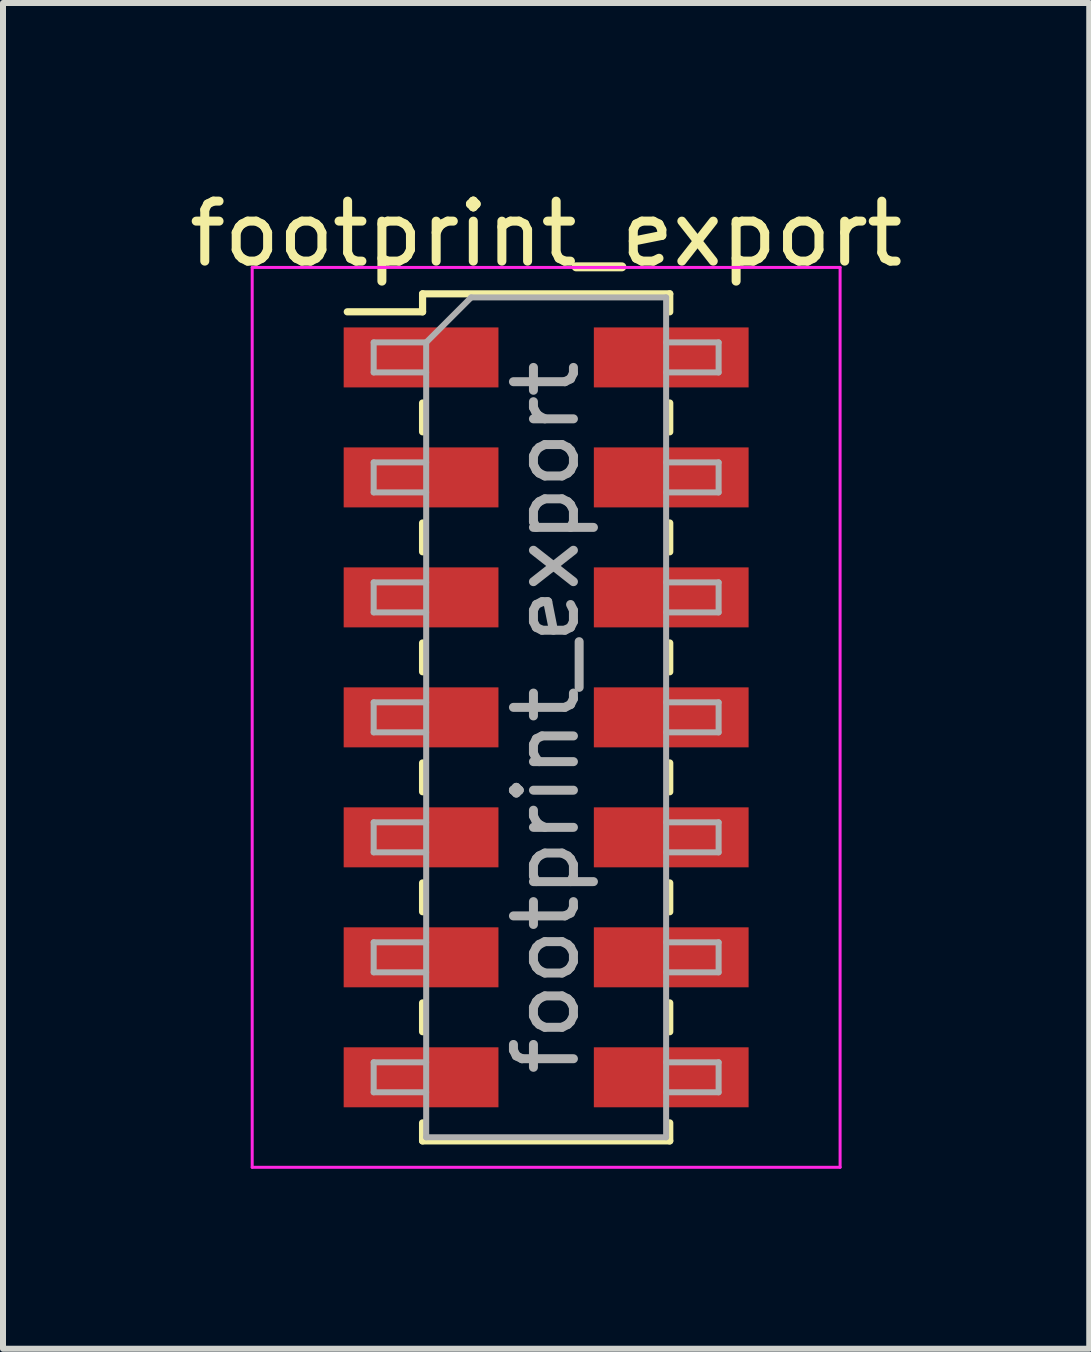
<source format=kicad_pcb>
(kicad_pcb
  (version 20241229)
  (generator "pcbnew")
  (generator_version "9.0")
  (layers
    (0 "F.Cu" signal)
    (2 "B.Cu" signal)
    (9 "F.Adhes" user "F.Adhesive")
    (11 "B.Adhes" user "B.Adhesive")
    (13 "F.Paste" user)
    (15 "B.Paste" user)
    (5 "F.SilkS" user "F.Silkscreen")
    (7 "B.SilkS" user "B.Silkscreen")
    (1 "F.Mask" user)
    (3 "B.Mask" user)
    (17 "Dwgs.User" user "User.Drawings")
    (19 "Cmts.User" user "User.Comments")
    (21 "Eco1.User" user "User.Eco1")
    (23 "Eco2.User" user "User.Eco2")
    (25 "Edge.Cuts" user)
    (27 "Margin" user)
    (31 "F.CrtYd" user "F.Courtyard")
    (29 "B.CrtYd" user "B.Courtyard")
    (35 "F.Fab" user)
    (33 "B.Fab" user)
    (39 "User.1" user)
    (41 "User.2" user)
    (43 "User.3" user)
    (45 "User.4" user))
  (footprint "footprint_export"
    (layer "F.Cu")
    (at 6.054 8.908)
    (property "Reference" "footprint_export" (at 0 -8.06 0) (layer "F.SilkS") (effects (font (size 1 1) (thickness 0.15))))
    (attr smd)
    (fp_line (start -3.315 -6.76) (end -2.06 -6.76) (stroke (width 0.12) (type solid)) (layer "F.SilkS"))
    (fp_line (start -2.06 -7.06) (end -2.06 -6.76) (stroke (width 0.12) (type solid)) (layer "F.SilkS"))
    (fp_line (start -2.06 -7.06) (end 2.06 -7.06) (stroke (width 0.12) (type solid)) (layer "F.SilkS"))
    (fp_line (start -2.06 -5.24) (end -2.06 -4.76) (stroke (width 0.12) (type solid)) (layer "F.SilkS"))
    (fp_line (start -2.06 -3.24) (end -2.06 -2.76) (stroke (width 0.12) (type solid)) (layer "F.SilkS"))
    (fp_line (start -2.06 -1.24) (end -2.06 -0.76) (stroke (width 0.12) (type solid)) (layer "F.SilkS"))
    (fp_line (start -2.06 0.76) (end -2.06 1.24) (stroke (width 0.12) (type solid)) (layer "F.SilkS"))
    (fp_line (start -2.06 2.76) (end -2.06 3.24) (stroke (width 0.12) (type solid)) (layer "F.SilkS"))
    (fp_line (start -2.06 4.76) (end -2.06 5.24) (stroke (width 0.12) (type solid)) (layer "F.SilkS"))
    (fp_line (start -2.06 6.76) (end -2.06 7.06) (stroke (width 0.12) (type solid)) (layer "F.SilkS"))
    (fp_line (start -2.06 7.06) (end 2.06 7.06) (stroke (width 0.12) (type solid)) (layer "F.SilkS"))
    (fp_line (start 2.06 -7.06) (end 2.06 -6.76) (stroke (width 0.12) (type solid)) (layer "F.SilkS"))
    (fp_line (start 2.06 -5.24) (end 2.06 -4.76) (stroke (width 0.12) (type solid)) (layer "F.SilkS"))
    (fp_line (start 2.06 -3.24) (end 2.06 -2.76) (stroke (width 0.12) (type solid)) (layer "F.SilkS"))
    (fp_line (start 2.06 -1.24) (end 2.06 -0.76) (stroke (width 0.12) (type solid)) (layer "F.SilkS"))
    (fp_line (start 2.06 0.76) (end 2.06 1.24) (stroke (width 0.12) (type solid)) (layer "F.SilkS"))
    (fp_line (start 2.06 2.76) (end 2.06 3.24) (stroke (width 0.12) (type solid)) (layer "F.SilkS"))
    (fp_line (start 2.06 4.76) (end 2.06 5.24) (stroke (width 0.12) (type solid)) (layer "F.SilkS"))
    (fp_line (start 2.06 6.76) (end 2.06 7.06) (stroke (width 0.12) (type solid)) (layer "F.SilkS"))
    (fp_line (start -4.9 -7.5) (end -4.9 7.5) (stroke (width 0.05) (type solid)) (layer "F.CrtYd"))
    (fp_line (start -4.9 7.5) (end 4.9 7.5) (stroke (width 0.05) (type solid)) (layer "F.CrtYd"))
    (fp_line (start 4.9 -7.5) (end -4.9 -7.5) (stroke (width 0.05) (type solid)) (layer "F.CrtYd"))
    (fp_line (start 4.9 7.5) (end 4.9 -7.5) (stroke (width 0.05) (type solid)) (layer "F.CrtYd"))
    (fp_line (start -2.875 -6.25) (end -2.875 -5.75) (stroke (width 0.1) (type solid)) (layer "F.Fab"))
    (fp_line (start -2.875 -5.75) (end -2 -5.75) (stroke (width 0.1) (type solid)) (layer "F.Fab"))
    (fp_line (start -2.875 -4.25) (end -2.875 -3.75) (stroke (width 0.1) (type solid)) (layer "F.Fab"))
    (fp_line (start -2.875 -3.75) (end -2 -3.75) (stroke (width 0.1) (type solid)) (layer "F.Fab"))
    (fp_line (start -2.875 -2.25) (end -2.875 -1.75) (stroke (width 0.1) (type solid)) (layer "F.Fab"))
    (fp_line (start -2.875 -1.75) (end -2 -1.75) (stroke (width 0.1) (type solid)) (layer "F.Fab"))
    (fp_line (start -2.875 -0.25) (end -2.875 0.25) (stroke (width 0.1) (type solid)) (layer "F.Fab"))
    (fp_line (start -2.875 0.25) (end -2 0.25) (stroke (width 0.1) (type solid)) (layer "F.Fab"))
    (fp_line (start -2.875 1.75) (end -2.875 2.25) (stroke (width 0.1) (type solid)) (layer "F.Fab"))
    (fp_line (start -2.875 2.25) (end -2 2.25) (stroke (width 0.1) (type solid)) (layer "F.Fab"))
    (fp_line (start -2.875 3.75) (end -2.875 4.25) (stroke (width 0.1) (type solid)) (layer "F.Fab"))
    (fp_line (start -2.875 4.25) (end -2 4.25) (stroke (width 0.1) (type solid)) (layer "F.Fab"))
    (fp_line (start -2.875 5.75) (end -2.875 6.25) (stroke (width 0.1) (type solid)) (layer "F.Fab"))
    (fp_line (start -2.875 6.25) (end -2 6.25) (stroke (width 0.1) (type solid)) (layer "F.Fab"))
    (fp_line (start -2 -6.25) (end -2.875 -6.25) (stroke (width 0.1) (type solid)) (layer "F.Fab"))
    (fp_line (start -2 -6.25) (end -1.25 -7) (stroke (width 0.1) (type solid)) (layer "F.Fab"))
    (fp_line (start -2 -4.25) (end -2.875 -4.25) (stroke (width 0.1) (type solid)) (layer "F.Fab"))
    (fp_line (start -2 -2.25) (end -2.875 -2.25) (stroke (width 0.1) (type solid)) (layer "F.Fab"))
    (fp_line (start -2 -0.25) (end -2.875 -0.25) (stroke (width 0.1) (type solid)) (layer "F.Fab"))
    (fp_line (start -2 1.75) (end -2.875 1.75) (stroke (width 0.1) (type solid)) (layer "F.Fab"))
    (fp_line (start -2 3.75) (end -2.875 3.75) (stroke (width 0.1) (type solid)) (layer "F.Fab"))
    (fp_line (start -2 5.75) (end -2.875 5.75) (stroke (width 0.1) (type solid)) (layer "F.Fab"))
    (fp_line (start -2 7) (end -2 -6.25) (stroke (width 0.1) (type solid)) (layer "F.Fab"))
    (fp_line (start -1.25 -7) (end 2 -7) (stroke (width 0.1) (type solid)) (layer "F.Fab"))
    (fp_line (start 2 -7) (end 2 7) (stroke (width 0.1) (type solid)) (layer "F.Fab"))
    (fp_line (start 2 -6.25) (end 2.875 -6.25) (stroke (width 0.1) (type solid)) (layer "F.Fab"))
    (fp_line (start 2 -4.25) (end 2.875 -4.25) (stroke (width 0.1) (type solid)) (layer "F.Fab"))
    (fp_line (start 2 -2.25) (end 2.875 -2.25) (stroke (width 0.1) (type solid)) (layer "F.Fab"))
    (fp_line (start 2 -0.25) (end 2.875 -0.25) (stroke (width 0.1) (type solid)) (layer "F.Fab"))
    (fp_line (start 2 1.75) (end 2.875 1.75) (stroke (width 0.1) (type solid)) (layer "F.Fab"))
    (fp_line (start 2 3.75) (end 2.875 3.75) (stroke (width 0.1) (type solid)) (layer "F.Fab"))
    (fp_line (start 2 5.75) (end 2.875 5.75) (stroke (width 0.1) (type solid)) (layer "F.Fab"))
    (fp_line (start 2 7) (end -2 7) (stroke (width 0.1) (type solid)) (layer "F.Fab"))
    (fp_line (start 2.875 -6.25) (end 2.875 -5.75) (stroke (width 0.1) (type solid)) (layer "F.Fab"))
    (fp_line (start 2.875 -5.75) (end 2 -5.75) (stroke (width 0.1) (type solid)) (layer "F.Fab"))
    (fp_line (start 2.875 -4.25) (end 2.875 -3.75) (stroke (width 0.1) (type solid)) (layer "F.Fab"))
    (fp_line (start 2.875 -3.75) (end 2 -3.75) (stroke (width 0.1) (type solid)) (layer "F.Fab"))
    (fp_line (start 2.875 -2.25) (end 2.875 -1.75) (stroke (width 0.1) (type solid)) (layer "F.Fab"))
    (fp_line (start 2.875 -1.75) (end 2 -1.75) (stroke (width 0.1) (type solid)) (layer "F.Fab"))
    (fp_line (start 2.875 -0.25) (end 2.875 0.25) (stroke (width 0.1) (type solid)) (layer "F.Fab"))
    (fp_line (start 2.875 0.25) (end 2 0.25) (stroke (width 0.1) (type solid)) (layer "F.Fab"))
    (fp_line (start 2.875 1.75) (end 2.875 2.25) (stroke (width 0.1) (type solid)) (layer "F.Fab"))
    (fp_line (start 2.875 2.25) (end 2 2.25) (stroke (width 0.1) (type solid)) (layer "F.Fab"))
    (fp_line (start 2.875 3.75) (end 2.875 4.25) (stroke (width 0.1) (type solid)) (layer "F.Fab"))
    (fp_line (start 2.875 4.25) (end 2 4.25) (stroke (width 0.1) (type solid)) (layer "F.Fab"))
    (fp_line (start 2.875 5.75) (end 2.875 6.25) (stroke (width 0.1) (type solid)) (layer "F.Fab"))
    (fp_line (start 2.875 6.25) (end 2 6.25) (stroke (width 0.1) (type solid)) (layer "F.Fab"))
    (fp_text user "${REFERENCE}" (at 0 0 90) (layer "F.Fab") (effects (font (size 1 1) (thickness 0.15))))
    (pad "1" smd rect (at -2.085 -6) (size 2.58 1) (layers "F.Cu" "F.Mask" "F.Paste"))
    (pad "2" smd rect (at 2.085 -6) (size 2.58 1) (layers "F.Cu" "F.Mask" "F.Paste"))
    (pad "3" smd rect (at -2.085 -4) (size 2.58 1) (layers "F.Cu" "F.Mask" "F.Paste"))
    (pad "4" smd rect (at 2.085 -4) (size 2.58 1) (layers "F.Cu" "F.Mask" "F.Paste"))
    (pad "5" smd rect (at -2.085 -2) (size 2.58 1) (layers "F.Cu" "F.Mask" "F.Paste"))
    (pad "6" smd rect (at 2.085 -2) (size 2.58 1) (layers "F.Cu" "F.Mask" "F.Paste"))
    (pad "7" smd rect (at -2.085 0) (size 2.58 1) (layers "F.Cu" "F.Mask" "F.Paste"))
    (pad "8" smd rect (at 2.085 0) (size 2.58 1) (layers "F.Cu" "F.Mask" "F.Paste"))
    (pad "9" smd rect (at -2.085 2) (size 2.58 1) (layers "F.Cu" "F.Mask" "F.Paste"))
    (pad "10" smd rect (at 2.085 2) (size 2.58 1) (layers "F.Cu" "F.Mask" "F.Paste"))
    (pad "11" smd rect (at -2.085 4) (size 2.58 1) (layers "F.Cu" "F.Mask" "F.Paste"))
    (pad "12" smd rect (at 2.085 4) (size 2.58 1) (layers "F.Cu" "F.Mask" "F.Paste"))
    (pad "13" smd rect (at -2.085 6) (size 2.58 1) (layers "F.Cu" "F.Mask" "F.Paste"))
    (pad "14" smd rect (at 2.085 6) (size 2.58 1) (layers "F.Cu" "F.Mask" "F.Paste")))
  (gr_rect
    (start -3 -3)
    (end 15.107 19.433)
    (stroke (width 0.1) (type default))
    (fill no)
    (layer "Edge.Cuts")))
</source>
